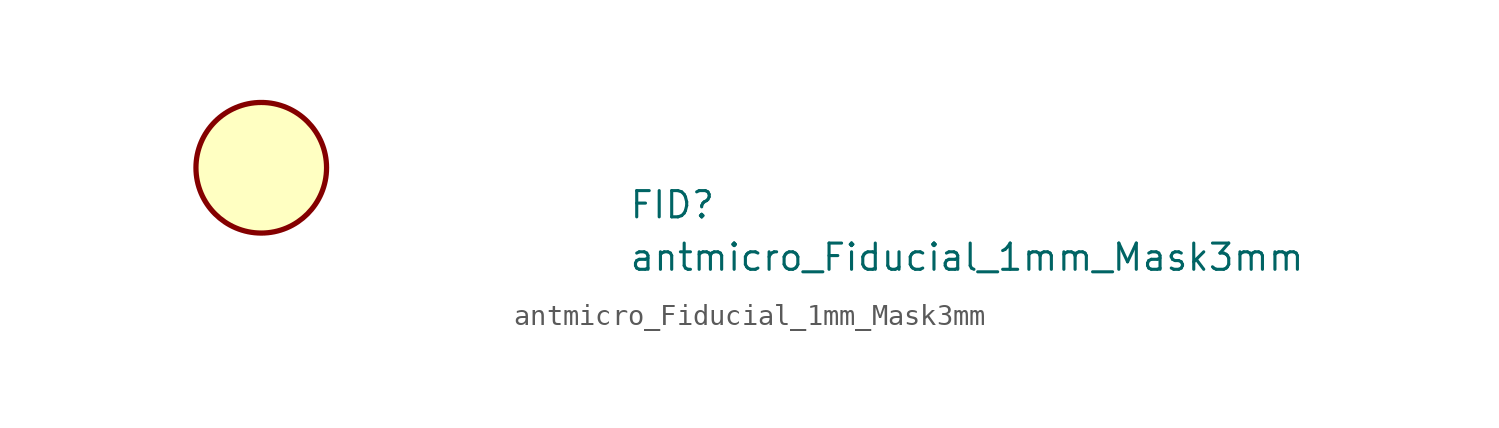
<source format=kicad_sym>
(kicad_symbol_lib
  (version 20211014)
  (generator kicad_symbol_editor)
  (symbol "antmicro_Fiducial_1mm_Mask3mm"
    (property "Reference" "FID"
      (at 17.78 -2.54 0)
      (effects (font (size 1.27 1.27) (thickness 0.15)) (justify left bottom)))
    (property "Value" "antmicro_Fiducial_1mm_Mask3mm"
      (at 17.78 -5.08 0)
      (effects (font (size 1.27 1.27) (thickness 0.15)) (justify left bottom)))
    (symbol "antmicro_Fiducial_1mm_Mask3mm_1_1"
      (circle (center 0 0) (radius 3.162) (stroke (width 0.254) (type default) (color 0 0 0 0)) (fill (type background))))))
</source>
